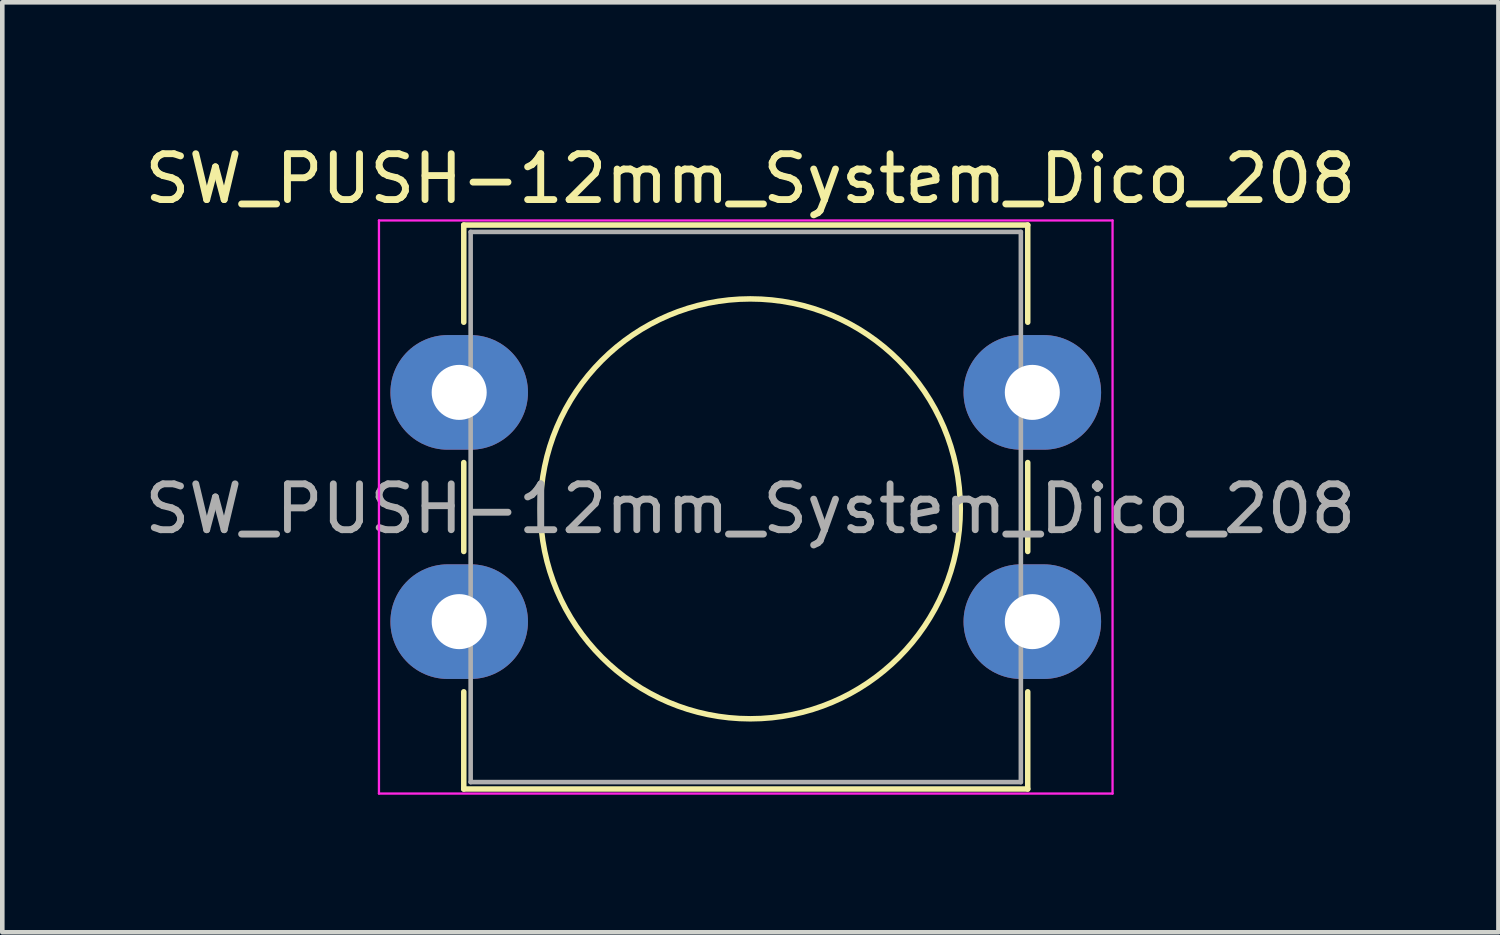
<source format=kicad_pcb>
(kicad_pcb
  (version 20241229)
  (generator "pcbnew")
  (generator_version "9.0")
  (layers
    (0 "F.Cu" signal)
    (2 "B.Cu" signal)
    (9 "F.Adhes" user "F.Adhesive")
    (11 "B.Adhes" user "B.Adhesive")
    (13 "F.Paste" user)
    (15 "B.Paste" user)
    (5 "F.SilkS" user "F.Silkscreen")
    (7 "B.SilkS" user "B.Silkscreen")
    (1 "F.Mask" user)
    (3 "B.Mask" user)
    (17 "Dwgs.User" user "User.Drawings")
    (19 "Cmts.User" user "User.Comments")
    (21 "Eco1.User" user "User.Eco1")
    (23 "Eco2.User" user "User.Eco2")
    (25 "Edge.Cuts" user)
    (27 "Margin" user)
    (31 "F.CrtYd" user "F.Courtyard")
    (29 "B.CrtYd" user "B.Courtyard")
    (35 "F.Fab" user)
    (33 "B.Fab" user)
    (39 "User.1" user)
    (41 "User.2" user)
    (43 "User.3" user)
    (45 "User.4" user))
  (footprint "SW_PUSH-12mm_System_Dico_208"
    (layer "F.Cu")
    (at 6.965 5.508)
    (property "Reference" "SW_PUSH-12mm_System_Dico_208" (at 6.35 -4.66 0) (layer "F.SilkS") (effects (font (size 1 1) (thickness 0.15))))
    (attr through_hole)
    (fp_line (start 0.1 -3.65) (end 12.4 -3.65) (stroke (width 0.12) (type solid)) (layer "F.SilkS"))
    (fp_line (start 0.1 -1.53) (end 0.1 -3.65) (stroke (width 0.12) (type solid)) (layer "F.SilkS"))
    (fp_line (start 0.1 3.47) (end 0.1 1.53) (stroke (width 0.12) (type solid)) (layer "F.SilkS"))
    (fp_line (start 0.1 8.65) (end 0.1 6.53) (stroke (width 0.12) (type solid)) (layer "F.SilkS"))
    (fp_line (start 12.4 -3.65) (end 12.4 -1.53) (stroke (width 0.12) (type solid)) (layer "F.SilkS"))
    (fp_line (start 12.4 1.53) (end 12.4 3.47) (stroke (width 0.12) (type solid)) (layer "F.SilkS"))
    (fp_line (start 12.4 6.53) (end 12.4 8.65) (stroke (width 0.12) (type solid)) (layer "F.SilkS"))
    (fp_line (start 12.4 8.65) (end 0.1 8.65) (stroke (width 0.12) (type solid)) (layer "F.SilkS"))
    (fp_circle (center 6.35 2.54) (end 10.929 2.54) (stroke (width 0.12) (type solid)) (fill no) (layer "F.SilkS"))
    (fp_line (start -1.75 -3.75) (end -1.75 8.75) (stroke (width 0.05) (type solid)) (layer "F.CrtYd"))
    (fp_line (start -1.75 8.75) (end 14.25 8.75) (stroke (width 0.05) (type solid)) (layer "F.CrtYd"))
    (fp_line (start 14.25 -3.75) (end -1.75 -3.75) (stroke (width 0.05) (type solid)) (layer "F.CrtYd"))
    (fp_line (start 14.25 8.75) (end 14.25 -3.75) (stroke (width 0.05) (type solid)) (layer "F.CrtYd"))
    (fp_line (start 0.25 -3.5) (end 0.25 8.5) (stroke (width 0.1) (type solid)) (layer "F.Fab"))
    (fp_line (start 0.25 8.5) (end 12.25 8.5) (stroke (width 0.1) (type solid)) (layer "F.Fab"))
    (fp_line (start 12.25 -3.5) (end 0.25 -3.5) (stroke (width 0.1) (type solid)) (layer "F.Fab"))
    (fp_line (start 12.25 8.5) (end 12.25 -3.5) (stroke (width 0.1) (type solid)) (layer "F.Fab"))
    (fp_text user "${REFERENCE}" (at 6.35 2.54 0) (layer "F.Fab") (effects (font (size 1 1) (thickness 0.15))))
    (pad "1" thru_hole oval (at 0 0) (size 3 2.5) (drill 1.2) (layers "*.Cu" "*.Mask"))
    (pad "1" thru_hole oval (at 12.5 0) (size 3 2.5) (drill 1.2) (layers "*.Cu" "*.Mask"))
    (pad "2" thru_hole oval (at 0 5) (size 3 2.5) (drill 1.2) (layers "*.Cu" "*.Mask"))
    (pad "2" thru_hole oval (at 12.5 5) (size 3 2.5) (drill 1.2) (layers "*.Cu" "*.Mask")))
  (gr_rect
    (start -3 -3)
    (end 29.631 17.283)
    (stroke (width 0.1) (type default))
    (fill no)
    (layer "Edge.Cuts")))
</source>
